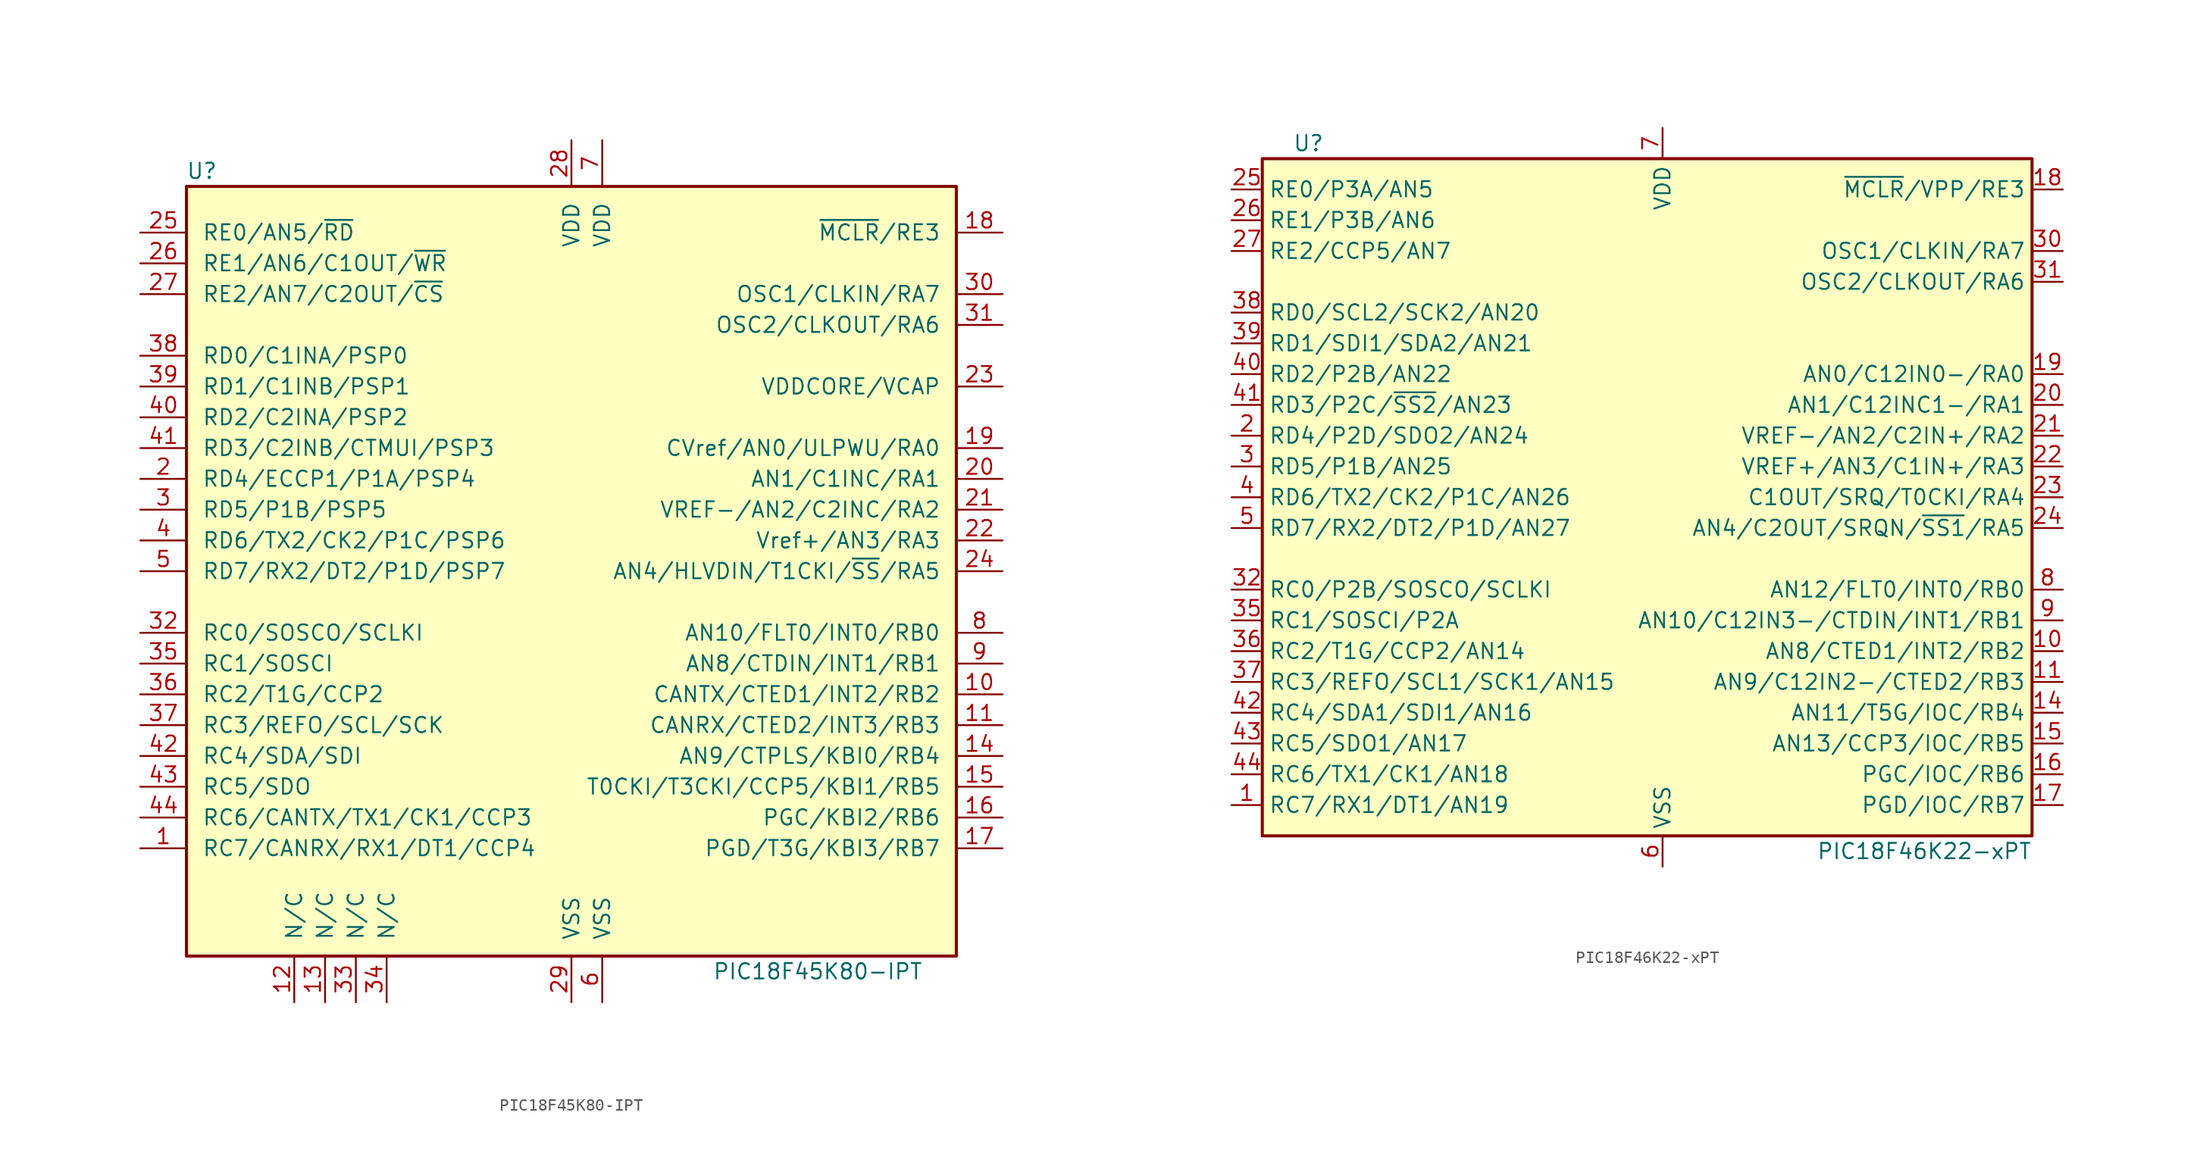
<source format=kicad_sym>
(kicad_symbol_lib
  (version 20201005)
  (generator kicad_symbol_editor)
  (symbol "MCU_Microchip_PIC18:PIC18F45K80-IPT"
    (pin_names
      (offset 1.27))
    (property "Reference" "U"
      (at -30.48 33.02 0)
      (effects (font (size 1.27 1.27))))
    (property "Value" "PIC18F45K80-IPT"
      (at 20.32 -33.02 0)
      (effects (font (size 1.27 1.27))))
    (symbol "PIC18F45K80-IPT_0_1"
      (rectangle (start -31.75 31.75) (end 31.75 -31.75) (stroke (width 0.254)) (fill (type background))))
    (symbol "PIC18F45K80-IPT_1_1"
      (pin bidirectional line (at -35.56 -22.86 0) (length 3.81) (name "RC7/CANRX/RX1/DT1/CCP4" (effects (font (size 1.27 1.27)))) (number "1" (effects (font (size 1.27 1.27)))))
      (pin bidirectional line (at 35.56 -10.16 180) (length 3.81) (name "CANTX/CTED1/INT2/RB2" (effects (font (size 1.27 1.27)))) (number "10" (effects (font (size 1.27 1.27)))))
      (pin bidirectional line (at 35.56 -12.7 180) (length 3.81) (name "CANRX/CTED2/INT3/RB3" (effects (font (size 1.27 1.27)))) (number "11" (effects (font (size 1.27 1.27)))))
      (pin bidirectional line (at -22.86 -35.56 90) (length 3.81) (name "N/C" (effects (font (size 1.27 1.27)))) (number "12" (effects (font (size 1.27 1.27)))))
      (pin bidirectional line (at -20.32 -35.56 90) (length 3.81) (name "N/C" (effects (font (size 1.27 1.27)))) (number "13" (effects (font (size 1.27 1.27)))))
      (pin bidirectional line (at 35.56 -15.24 180) (length 3.81) (name "AN9/CTPLS/KBI0/RB4" (effects (font (size 1.27 1.27)))) (number "14" (effects (font (size 1.27 1.27)))))
      (pin bidirectional line (at 35.56 -17.78 180) (length 3.81) (name "T0CKI/T3CKI/CCP5/KBI1/RB5" (effects (font (size 1.27 1.27)))) (number "15" (effects (font (size 1.27 1.27)))))
      (pin bidirectional line (at 35.56 -20.32 180) (length 3.81) (name "PGC/KBI2/RB6" (effects (font (size 1.27 1.27)))) (number "16" (effects (font (size 1.27 1.27)))))
      (pin bidirectional line (at 35.56 -22.86 180) (length 3.81) (name "PGD/T3G/KBI3/RB7" (effects (font (size 1.27 1.27)))) (number "17" (effects (font (size 1.27 1.27)))))
      (pin input line (at 35.56 27.94 180) (length 3.81) (name "~MCLR~/RE3" (effects (font (size 1.27 1.27)))) (number "18" (effects (font (size 1.27 1.27)))))
      (pin bidirectional line (at 35.56 10.16 180) (length 3.81) (name "CVref/AN0/ULPWU/RA0" (effects (font (size 1.27 1.27)))) (number "19" (effects (font (size 1.27 1.27)))))
      (pin bidirectional line (at -35.56 7.62 0) (length 3.81) (name "RD4/ECCP1/P1A/PSP4" (effects (font (size 1.27 1.27)))) (number "2" (effects (font (size 1.27 1.27)))))
      (pin bidirectional line (at 35.56 7.62 180) (length 3.81) (name "AN1/C1INC/RA1" (effects (font (size 1.27 1.27)))) (number "20" (effects (font (size 1.27 1.27)))))
      (pin bidirectional line (at 35.56 5.08 180) (length 3.81) (name "VREF-/AN2/C2INC/RA2" (effects (font (size 1.27 1.27)))) (number "21" (effects (font (size 1.27 1.27)))))
      (pin bidirectional line (at 35.56 2.54 180) (length 3.81) (name "Vref+/AN3/RA3" (effects (font (size 1.27 1.27)))) (number "22" (effects (font (size 1.27 1.27)))))
      (pin passive line (at 35.56 15.24 180) (length 3.81) (name "VDDCORE/VCAP" (effects (font (size 1.27 1.27)))) (number "23" (effects (font (size 1.27 1.27)))))
      (pin bidirectional line (at 35.56 0 180) (length 3.81) (name "AN4/HLVDIN/T1CKI/~SS~/RA5" (effects (font (size 1.27 1.27)))) (number "24" (effects (font (size 1.27 1.27)))))
      (pin bidirectional line (at -35.56 27.94 0) (length 3.81) (name "RE0/AN5/~RD~" (effects (font (size 1.27 1.27)))) (number "25" (effects (font (size 1.27 1.27)))))
      (pin bidirectional line (at -35.56 25.4 0) (length 3.81) (name "RE1/AN6/C1OUT/~WR~" (effects (font (size 1.27 1.27)))) (number "26" (effects (font (size 1.27 1.27)))))
      (pin power_in line (at -35.56 22.86 0) (length 3.81) (name "RE2/AN7/C2OUT/~CS~" (effects (font (size 1.27 1.27)))) (number "27" (effects (font (size 1.27 1.27)))))
      (pin power_in line (at 0 35.56 270) (length 3.81) (name "VDD" (effects (font (size 1.27 1.27)))) (number "28" (effects (font (size 1.27 1.27)))))
      (pin power_in line (at 0 -35.56 90) (length 3.81) (name "VSS" (effects (font (size 1.27 1.27)))) (number "29" (effects (font (size 1.27 1.27)))))
      (pin bidirectional line (at -35.56 5.08 0) (length 3.81) (name "RD5/P1B/PSP5" (effects (font (size 1.27 1.27)))) (number "3" (effects (font (size 1.27 1.27)))))
      (pin input line (at 35.56 22.86 180) (length 3.81) (name "OSC1/CLKIN/RA7" (effects (font (size 1.27 1.27)))) (number "30" (effects (font (size 1.27 1.27)))))
      (pin output line (at 35.56 20.32 180) (length 3.81) (name "OSC2/CLKOUT/RA6" (effects (font (size 1.27 1.27)))) (number "31" (effects (font (size 1.27 1.27)))))
      (pin bidirectional line (at -35.56 -5.08 0) (length 3.81) (name "RC0/SOSCO/SCLKI" (effects (font (size 1.27 1.27)))) (number "32" (effects (font (size 1.27 1.27)))))
      (pin bidirectional line (at -17.78 -35.56 90) (length 3.81) (name "N/C" (effects (font (size 1.27 1.27)))) (number "33" (effects (font (size 1.27 1.27)))))
      (pin bidirectional line (at -15.24 -35.56 90) (length 3.81) (name "N/C" (effects (font (size 1.27 1.27)))) (number "34" (effects (font (size 1.27 1.27)))))
      (pin bidirectional line (at -35.56 -7.62 0) (length 3.81) (name "RC1/SOSCI" (effects (font (size 1.27 1.27)))) (number "35" (effects (font (size 1.27 1.27)))))
      (pin bidirectional line (at -35.56 -10.16 0) (length 3.81) (name "RC2/T1G/CCP2" (effects (font (size 1.27 1.27)))) (number "36" (effects (font (size 1.27 1.27)))))
      (pin bidirectional line (at -35.56 -12.7 0) (length 3.81) (name "RC3/REFO/SCL/SCK" (effects (font (size 1.27 1.27)))) (number "37" (effects (font (size 1.27 1.27)))))
      (pin bidirectional line (at -35.56 17.78 0) (length 3.81) (name "RD0/C1INA/PSP0" (effects (font (size 1.27 1.27)))) (number "38" (effects (font (size 1.27 1.27)))))
      (pin bidirectional line (at -35.56 15.24 0) (length 3.81) (name "RD1/C1INB/PSP1" (effects (font (size 1.27 1.27)))) (number "39" (effects (font (size 1.27 1.27)))))
      (pin bidirectional line (at -35.56 2.54 0) (length 3.81) (name "RD6/TX2/CK2/P1C/PSP6" (effects (font (size 1.27 1.27)))) (number "4" (effects (font (size 1.27 1.27)))))
      (pin bidirectional line (at -35.56 12.7 0) (length 3.81) (name "RD2/C2INA/PSP2" (effects (font (size 1.27 1.27)))) (number "40" (effects (font (size 1.27 1.27)))))
      (pin bidirectional line (at -35.56 10.16 0) (length 3.81) (name "RD3/C2INB/CTMUI/PSP3" (effects (font (size 1.27 1.27)))) (number "41" (effects (font (size 1.27 1.27)))))
      (pin bidirectional line (at -35.56 -15.24 0) (length 3.81) (name "RC4/SDA/SDI" (effects (font (size 1.27 1.27)))) (number "42" (effects (font (size 1.27 1.27)))))
      (pin bidirectional line (at -35.56 -17.78 0) (length 3.81) (name "RC5/SDO" (effects (font (size 1.27 1.27)))) (number "43" (effects (font (size 1.27 1.27)))))
      (pin bidirectional line (at -35.56 -20.32 0) (length 3.81) (name "RC6/CANTX/TX1/CK1/CCP3" (effects (font (size 1.27 1.27)))) (number "44" (effects (font (size 1.27 1.27)))))
      (pin bidirectional line (at -35.56 0 0) (length 3.81) (name "RD7/RX2/DT2/P1D/PSP7" (effects (font (size 1.27 1.27)))) (number "5" (effects (font (size 1.27 1.27)))))
      (pin power_in line (at 2.54 -35.56 90) (length 3.81) (name "VSS" (effects (font (size 1.27 1.27)))) (number "6" (effects (font (size 1.27 1.27)))))
      (pin power_in line (at 2.54 35.56 270) (length 3.81) (name "VDD" (effects (font (size 1.27 1.27)))) (number "7" (effects (font (size 1.27 1.27)))))
      (pin bidirectional line (at 35.56 -5.08 180) (length 3.81) (name "AN10/FLT0/INT0/RB0" (effects (font (size 1.27 1.27)))) (number "8" (effects (font (size 1.27 1.27)))))
      (pin bidirectional line (at 35.56 -7.62 180) (length 3.81) (name "AN8/CTDIN/INT1/RB1" (effects (font (size 1.27 1.27)))) (number "9" (effects (font (size 1.27 1.27)))))))
  (symbol "MCU_Microchip_PIC18:PIC18F46K22-xPT"
    (property "Reference" "U"
      (at -29.21 29.21 0)
      (effects (font (size 1.27 1.27))))
    (property "Value" "PIC18F46K22-xPT"
      (at 21.59 -29.21 0)
      (effects (font (size 1.27 1.27))))
    (symbol "PIC18F46K22-xPT_0_1"
      (rectangle (start -33.02 27.94) (end 30.48 -27.94) (stroke (width 0.254)) (fill (type background))))
    (symbol "PIC18F46K22-xPT_1_1"
      (pin bidirectional line (at -35.56 -25.4 0) (length 2.54) (name "RC7/RX1/DT1/AN19" (effects (font (size 1.27 1.27)))) (number "1" (effects (font (size 1.27 1.27)))))
      (pin bidirectional line (at 33.02 -12.7 180) (length 2.54) (name "AN8/CTED1/INT2/RB2" (effects (font (size 1.27 1.27)))) (number "10" (effects (font (size 1.27 1.27)))))
      (pin bidirectional line (at 33.02 -15.24 180) (length 2.54) (name "AN9/C12IN2-/CTED2/RB3" (effects (font (size 1.27 1.27)))) (number "11" (effects (font (size 1.27 1.27)))))
      (pin no_connect line (at -10.16 -27.94 90) (length 2.54) hide (name "NC" (effects (font (size 1.27 1.27)))) (number "12" (effects (font (size 1.27 1.27)))))
      (pin no_connect line (at -7.62 -27.94 90) (length 2.54) hide (name "NC" (effects (font (size 1.27 1.27)))) (number "13" (effects (font (size 1.27 1.27)))))
      (pin bidirectional line (at 33.02 -17.78 180) (length 2.54) (name "AN11/T5G/IOC/RB4" (effects (font (size 1.27 1.27)))) (number "14" (effects (font (size 1.27 1.27)))))
      (pin bidirectional line (at 33.02 -20.32 180) (length 2.54) (name "AN13/CCP3/IOC/RB5" (effects (font (size 1.27 1.27)))) (number "15" (effects (font (size 1.27 1.27)))))
      (pin bidirectional line (at 33.02 -22.86 180) (length 2.54) (name "PGC/IOC/RB6" (effects (font (size 1.27 1.27)))) (number "16" (effects (font (size 1.27 1.27)))))
      (pin bidirectional line (at 33.02 -25.4 180) (length 2.54) (name "PGD/IOC/RB7" (effects (font (size 1.27 1.27)))) (number "17" (effects (font (size 1.27 1.27)))))
      (pin bidirectional line (at 33.02 25.4 180) (length 2.54) (name "~MCLR~/VPP/RE3" (effects (font (size 1.27 1.27)))) (number "18" (effects (font (size 1.27 1.27)))))
      (pin bidirectional line (at 33.02 10.16 180) (length 2.54) (name "AN0/C12IN0-/RA0" (effects (font (size 1.27 1.27)))) (number "19" (effects (font (size 1.27 1.27)))))
      (pin bidirectional line (at -35.56 5.08 0) (length 2.54) (name "RD4/P2D/SDO2/AN24" (effects (font (size 1.27 1.27)))) (number "2" (effects (font (size 1.27 1.27)))))
      (pin bidirectional line (at 33.02 7.62 180) (length 2.54) (name "AN1/C12INC1-/RA1" (effects (font (size 1.27 1.27)))) (number "20" (effects (font (size 1.27 1.27)))))
      (pin bidirectional line (at 33.02 5.08 180) (length 2.54) (name "VREF-/AN2/C2IN+/RA2" (effects (font (size 1.27 1.27)))) (number "21" (effects (font (size 1.27 1.27)))))
      (pin bidirectional line (at 33.02 2.54 180) (length 2.54) (name "VREF+/AN3/C1IN+/RA3" (effects (font (size 1.27 1.27)))) (number "22" (effects (font (size 1.27 1.27)))))
      (pin bidirectional line (at 33.02 0 180) (length 2.54) (name "C1OUT/SRQ/T0CKI/RA4" (effects (font (size 1.27 1.27)))) (number "23" (effects (font (size 1.27 1.27)))))
      (pin bidirectional line (at 33.02 -2.54 180) (length 2.54) (name "AN4/C2OUT/SRQN/~SS1~/RA5" (effects (font (size 1.27 1.27)))) (number "24" (effects (font (size 1.27 1.27)))))
      (pin bidirectional line (at -35.56 25.4 0) (length 2.54) (name "RE0/P3A/AN5" (effects (font (size 1.27 1.27)))) (number "25" (effects (font (size 1.27 1.27)))))
      (pin bidirectional line (at -35.56 22.86 0) (length 2.54) (name "RE1/P3B/AN6" (effects (font (size 1.27 1.27)))) (number "26" (effects (font (size 1.27 1.27)))))
      (pin bidirectional line (at -35.56 20.32 0) (length 2.54) (name "RE2/CCP5/AN7" (effects (font (size 1.27 1.27)))) (number "27" (effects (font (size 1.27 1.27)))))
      (pin passive line (at 0 30.48 270) (length 2.54) hide (name "VDD" (effects (font (size 1.27 1.27)))) (number "28" (effects (font (size 1.27 1.27)))))
      (pin passive line (at 0 -30.48 90) (length 2.54) hide (name "VSS" (effects (font (size 1.27 1.27)))) (number "29" (effects (font (size 1.27 1.27)))))
      (pin bidirectional line (at -35.56 2.54 0) (length 2.54) (name "RD5/P1B/AN25" (effects (font (size 1.27 1.27)))) (number "3" (effects (font (size 1.27 1.27)))))
      (pin bidirectional line (at 33.02 20.32 180) (length 2.54) (name "OSC1/CLKIN/RA7" (effects (font (size 1.27 1.27)))) (number "30" (effects (font (size 1.27 1.27)))))
      (pin bidirectional line (at 33.02 17.78 180) (length 2.54) (name "OSC2/CLKOUT/RA6" (effects (font (size 1.27 1.27)))) (number "31" (effects (font (size 1.27 1.27)))))
      (pin bidirectional line (at -35.56 -7.62 0) (length 2.54) (name "RC0/P2B/SOSCO/SCLKI" (effects (font (size 1.27 1.27)))) (number "32" (effects (font (size 1.27 1.27)))))
      (pin no_connect line (at -5.08 -27.94 90) (length 2.54) hide (name "NC" (effects (font (size 1.27 1.27)))) (number "33" (effects (font (size 1.27 1.27)))))
      (pin no_connect line (at -2.54 -27.94 90) (length 2.54) hide (name "NC" (effects (font (size 1.27 1.27)))) (number "34" (effects (font (size 1.27 1.27)))))
      (pin bidirectional line (at -35.56 -10.16 0) (length 2.54) (name "RC1/SOSCI/P2A" (effects (font (size 1.27 1.27)))) (number "35" (effects (font (size 1.27 1.27)))))
      (pin bidirectional line (at -35.56 -12.7 0) (length 2.54) (name "RC2/T1G/CCP2/AN14" (effects (font (size 1.27 1.27)))) (number "36" (effects (font (size 1.27 1.27)))))
      (pin bidirectional line (at -35.56 -15.24 0) (length 2.54) (name "RC3/REFO/SCL1/SCK1/AN15" (effects (font (size 1.27 1.27)))) (number "37" (effects (font (size 1.27 1.27)))))
      (pin bidirectional line (at -35.56 15.24 0) (length 2.54) (name "RD0/SCL2/SCK2/AN20" (effects (font (size 1.27 1.27)))) (number "38" (effects (font (size 1.27 1.27)))))
      (pin bidirectional line (at -35.56 12.7 0) (length 2.54) (name "RD1/SDI1/SDA2/AN21" (effects (font (size 1.27 1.27)))) (number "39" (effects (font (size 1.27 1.27)))))
      (pin bidirectional line (at -35.56 0 0) (length 2.54) (name "RD6/TX2/CK2/P1C/AN26" (effects (font (size 1.27 1.27)))) (number "4" (effects (font (size 1.27 1.27)))))
      (pin bidirectional line (at -35.56 10.16 0) (length 2.54) (name "RD2/P2B/AN22" (effects (font (size 1.27 1.27)))) (number "40" (effects (font (size 1.27 1.27)))))
      (pin bidirectional line (at -35.56 7.62 0) (length 2.54) (name "RD3/P2C/~SS2~/AN23" (effects (font (size 1.27 1.27)))) (number "41" (effects (font (size 1.27 1.27)))))
      (pin bidirectional line (at -35.56 -17.78 0) (length 2.54) (name "RC4/SDA1/SDI1/AN16" (effects (font (size 1.27 1.27)))) (number "42" (effects (font (size 1.27 1.27)))))
      (pin bidirectional line (at -35.56 -20.32 0) (length 2.54) (name "RC5/SDO1/AN17" (effects (font (size 1.27 1.27)))) (number "43" (effects (font (size 1.27 1.27)))))
      (pin bidirectional line (at -35.56 -22.86 0) (length 2.54) (name "RC6/TX1/CK1/AN18" (effects (font (size 1.27 1.27)))) (number "44" (effects (font (size 1.27 1.27)))))
      (pin bidirectional line (at -35.56 -2.54 0) (length 2.54) (name "RD7/RX2/DT2/P1D/AN27" (effects (font (size 1.27 1.27)))) (number "5" (effects (font (size 1.27 1.27)))))
      (pin power_in line (at 0 -30.48 90) (length 2.54) (name "VSS" (effects (font (size 1.27 1.27)))) (number "6" (effects (font (size 1.27 1.27)))))
      (pin power_in line (at 0 30.48 270) (length 2.54) (name "VDD" (effects (font (size 1.27 1.27)))) (number "7" (effects (font (size 1.27 1.27)))))
      (pin bidirectional line (at 33.02 -7.62 180) (length 2.54) (name "AN12/FLT0/INT0/RB0" (effects (font (size 1.27 1.27)))) (number "8" (effects (font (size 1.27 1.27)))))
      (pin bidirectional line (at 33.02 -10.16 180) (length 2.54) (name "AN10/C12IN3-/CTDIN/INT1/RB1" (effects (font (size 1.27 1.27)))) (number "9" (effects (font (size 1.27 1.27))))))))
</source>
